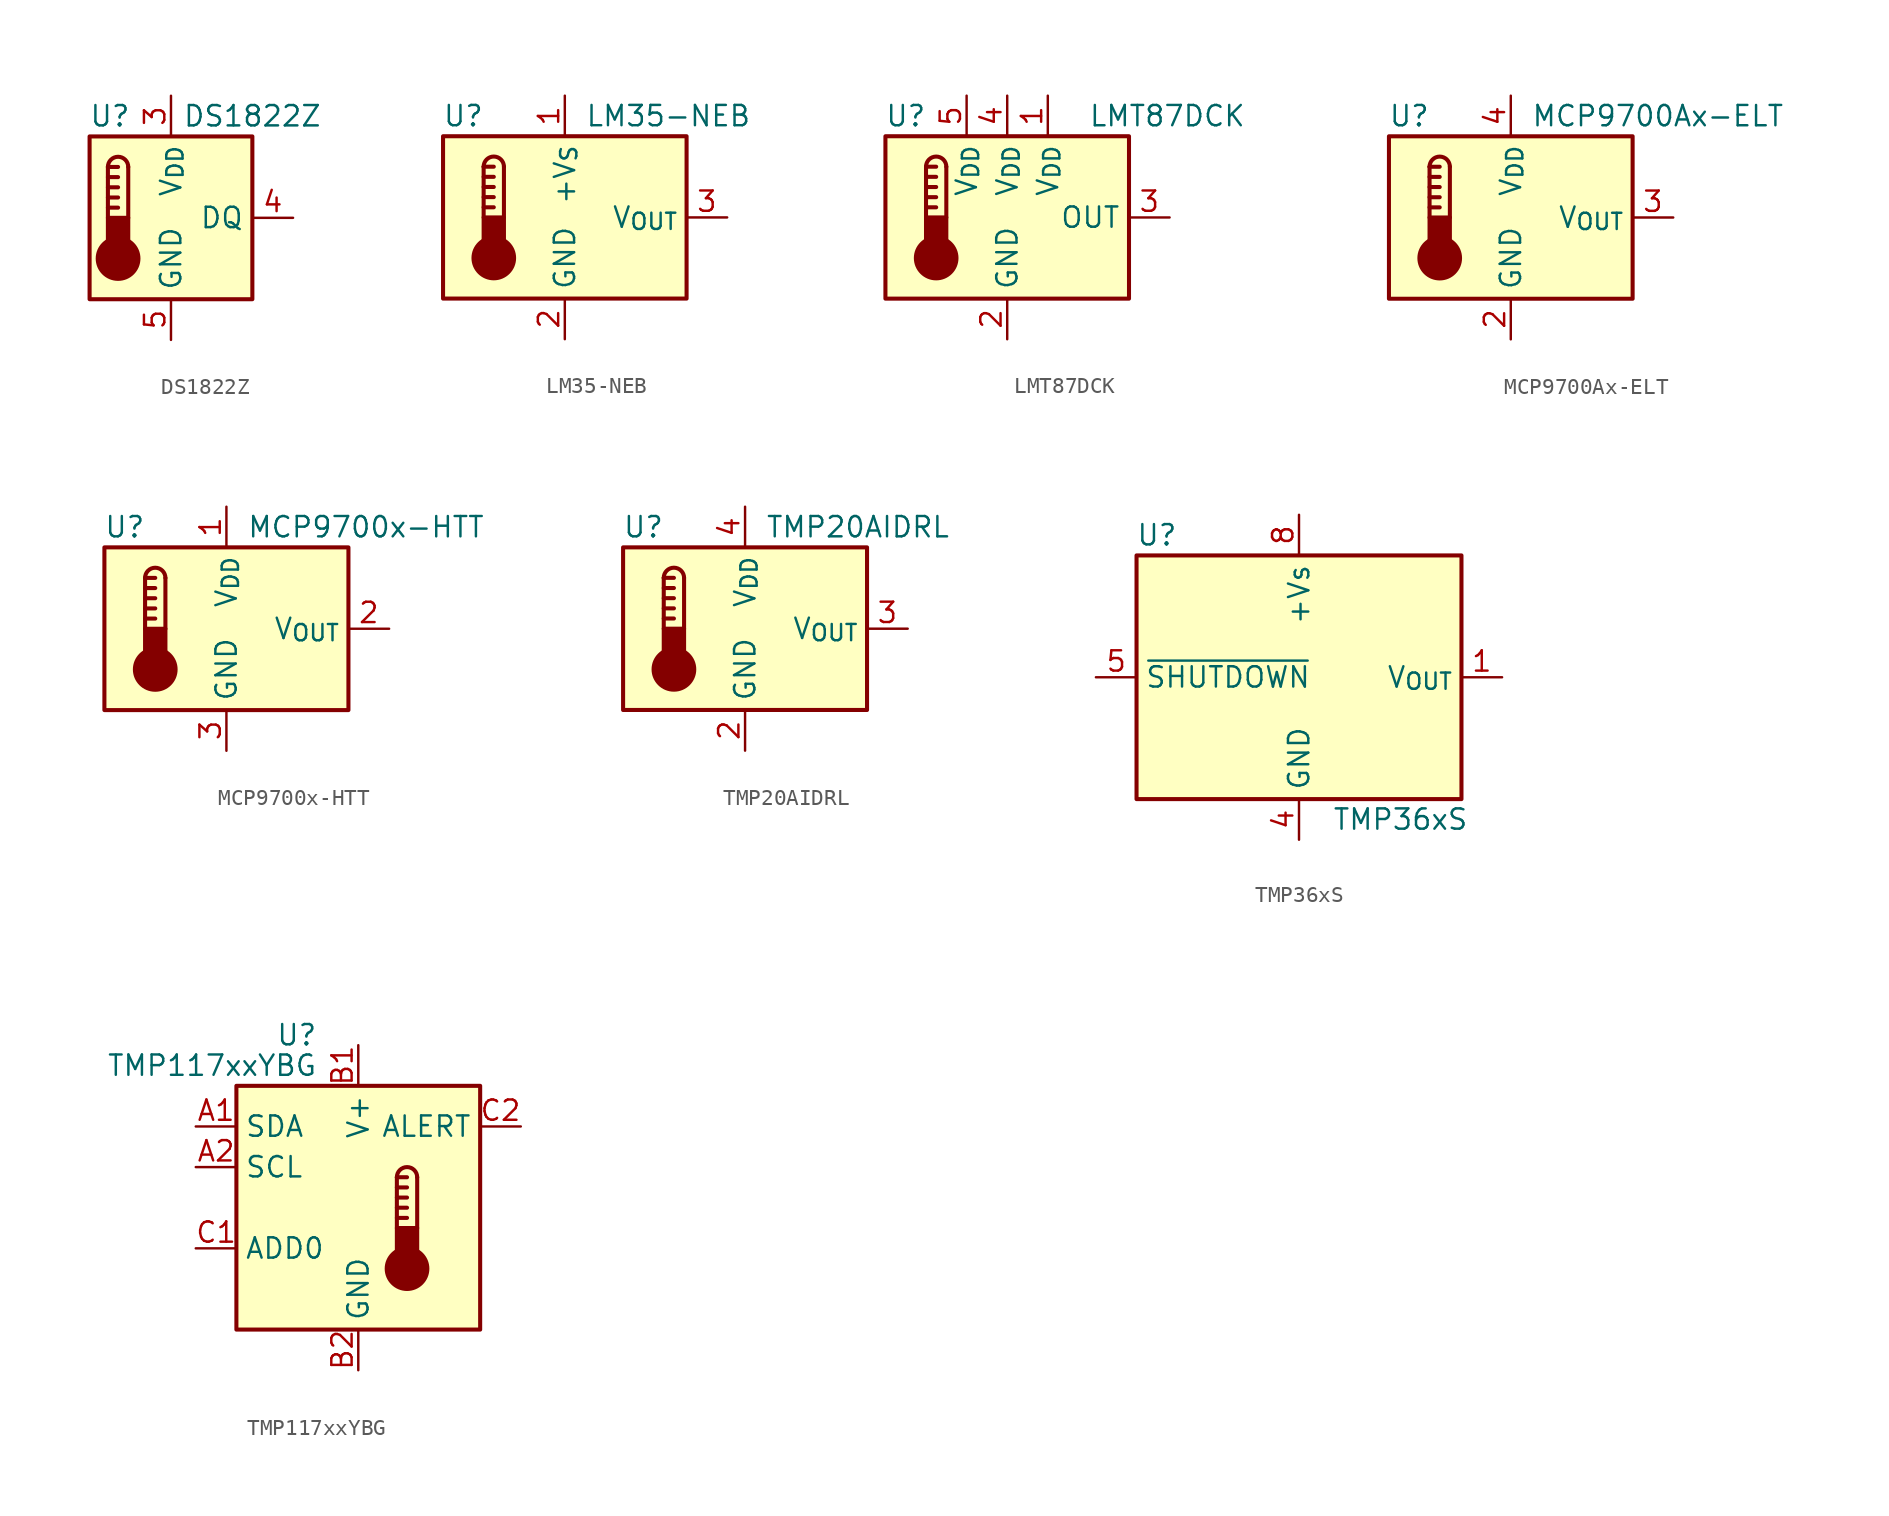
<source format=kicad_sym>
(kicad_symbol_lib
  (version 20220914)
  (generator kicad_symbol_editor)
  (symbol "DS1822Z"
    (property "Reference" "U"
      (at -3.81 6.35 0)
      (effects (font (size 1.27 1.27))))
    (property "Value" "DS1822Z"
      (at 5.08 6.35 0)
      (effects (font (size 1.27 1.27))))
    (symbol "DS1822Z_0_1"
      (rectangle (start -5.08 5.08) (end 5.08 -5.08) (stroke (width 0.254) (type default)) (fill (type background)))
      (circle (center -3.302 -2.54) (radius 1.27) (stroke (width 0.254) (type default)) (fill (type outline)))
      (rectangle (start -2.667 -1.905) (end -3.937 0) (stroke (width 0.254) (type default)) (fill (type outline)))
      (arc (start -2.667 3.175) (mid -3.302 3.8073) (end -3.937 3.175) (stroke (width 0.254) (type default)) (fill (type none)))
      (polyline (pts (xy -3.937 0.635) (xy -3.302 0.635)) (stroke (width 0.254) (type default)) (fill (type none)))
      (polyline (pts (xy -3.937 1.27) (xy -3.302 1.27)) (stroke (width 0.254) (type default)) (fill (type none)))
      (polyline (pts (xy -3.937 1.905) (xy -3.302 1.905)) (stroke (width 0.254) (type default)) (fill (type none)))
      (polyline (pts (xy -3.937 2.54) (xy -3.302 2.54)) (stroke (width 0.254) (type default)) (fill (type none)))
      (polyline (pts (xy -3.937 3.175) (xy -3.937 0)) (stroke (width 0.254) (type default)) (fill (type none)))
      (polyline (pts (xy -3.937 3.175) (xy -3.302 3.175)) (stroke (width 0.254) (type default)) (fill (type none)))
      (polyline (pts (xy -2.667 3.175) (xy -2.667 0)) (stroke (width 0.254) (type default)) (fill (type none))))
    (symbol "DS1822Z_1_1"
      (pin no_connect line (at -5.08 2.54 0) (length 2.54) hide (name "NC" (effects (font (size 1.27 1.27)))) (number "1" (effects (font (size 1.27 1.27)))))
      (pin no_connect line (at -5.08 0 0) (length 2.54) hide (name "NC" (effects (font (size 1.27 1.27)))) (number "2" (effects (font (size 1.27 1.27)))))
      (pin power_in line (at 0 7.62 270) (length 2.54) (name "V_{DD}" (effects (font (size 1.27 1.27)))) (number "3" (effects (font (size 1.27 1.27)))))
      (pin bidirectional line (at 7.62 0 180) (length 2.54) (name "DQ" (effects (font (size 1.27 1.27)))) (number "4" (effects (font (size 1.27 1.27)))))
      (pin power_in line (at 0 -7.62 90) (length 2.54) (name "GND" (effects (font (size 1.27 1.27)))) (number "5" (effects (font (size 1.27 1.27)))))
      (pin no_connect line (at -5.08 -2.54 0) (length 2.54) hide (name "NC" (effects (font (size 1.27 1.27)))) (number "6" (effects (font (size 1.27 1.27)))))
      (pin no_connect line (at 5.08 2.54 180) (length 2.54) hide (name "NC" (effects (font (size 1.27 1.27)))) (number "7" (effects (font (size 1.27 1.27)))))
      (pin no_connect line (at 5.08 -2.54 180) (length 2.54) hide (name "NC" (effects (font (size 1.27 1.27)))) (number "8" (effects (font (size 1.27 1.27)))))))
  (symbol "LM35-NEB"
    (property "Reference" "U"
      (at -6.35 6.35 0)
      (effects (font (size 1.27 1.27))))
    (property "Value" "LM35-NEB"
      (at 1.27 6.35 0)
      (effects (font (size 1.27 1.27)) (justify left)))
    (symbol "LM35-NEB_0_1"
      (rectangle (start -7.62 5.08) (end 7.62 -5.08) (stroke (width 0.254) (type default)) (fill (type background)))
      (circle (center -4.445 -2.54) (radius 1.27) (stroke (width 0.254) (type default)) (fill (type outline)))
      (rectangle (start -3.81 -1.905) (end -5.08 0) (stroke (width 0.254) (type default)) (fill (type outline)))
      (arc (start -3.81 3.175) (mid -4.445 3.8073) (end -5.08 3.175) (stroke (width 0.254) (type default)) (fill (type none)))
      (polyline (pts (xy -5.08 0.635) (xy -4.445 0.635)) (stroke (width 0.254) (type default)) (fill (type none)))
      (polyline (pts (xy -5.08 1.27) (xy -4.445 1.27)) (stroke (width 0.254) (type default)) (fill (type none)))
      (polyline (pts (xy -5.08 1.905) (xy -4.445 1.905)) (stroke (width 0.254) (type default)) (fill (type none)))
      (polyline (pts (xy -5.08 2.54) (xy -4.445 2.54)) (stroke (width 0.254) (type default)) (fill (type none)))
      (polyline (pts (xy -5.08 3.175) (xy -5.08 0)) (stroke (width 0.254) (type default)) (fill (type none)))
      (polyline (pts (xy -5.08 3.175) (xy -4.445 3.175)) (stroke (width 0.254) (type default)) (fill (type none)))
      (polyline (pts (xy -3.81 3.175) (xy -3.81 0)) (stroke (width 0.254) (type default)) (fill (type none))))
    (symbol "LM35-NEB_1_1"
      (pin power_in line (at 0 7.62 270) (length 2.54) (name "+V_{S}" (effects (font (size 1.27 1.27)))) (number "1" (effects (font (size 1.27 1.27)))))
      (pin power_in line (at 0 -7.62 90) (length 2.54) (name "GND" (effects (font (size 1.27 1.27)))) (number "2" (effects (font (size 1.27 1.27)))))
      (pin output line (at 10.16 0 180) (length 2.54) (name "V_{OUT}" (effects (font (size 1.27 1.27)))) (number "3" (effects (font (size 1.27 1.27)))))))
  (symbol "LMT87DCK"
    (property "Reference" "U"
      (at -6.35 6.35 0)
      (effects (font (size 1.27 1.27))))
    (property "Value" "LMT87DCK"
      (at 5.08 6.35 0)
      (effects (font (size 1.27 1.27)) (justify left)))
    (symbol "LMT87DCK_0_1"
      (rectangle (start -7.62 5.08) (end 7.62 -5.08) (stroke (width 0.254) (type default)) (fill (type background)))
      (circle (center -4.445 -2.54) (radius 1.27) (stroke (width 0.254) (type default)) (fill (type outline)))
      (rectangle (start -3.81 -1.905) (end -5.08 0) (stroke (width 0.254) (type default)) (fill (type outline)))
      (arc (start -3.81 3.175) (mid -4.445 3.8073) (end -5.08 3.175) (stroke (width 0.254) (type default)) (fill (type none)))
      (polyline (pts (xy -5.08 0.635) (xy -4.445 0.635)) (stroke (width 0.254) (type default)) (fill (type none)))
      (polyline (pts (xy -5.08 1.27) (xy -4.445 1.27)) (stroke (width 0.254) (type default)) (fill (type none)))
      (polyline (pts (xy -5.08 1.905) (xy -4.445 1.905)) (stroke (width 0.254) (type default)) (fill (type none)))
      (polyline (pts (xy -5.08 2.54) (xy -4.445 2.54)) (stroke (width 0.254) (type default)) (fill (type none)))
      (polyline (pts (xy -5.08 3.175) (xy -5.08 0)) (stroke (width 0.254) (type default)) (fill (type none)))
      (polyline (pts (xy -5.08 3.175) (xy -4.445 3.175)) (stroke (width 0.254) (type default)) (fill (type none)))
      (polyline (pts (xy -3.81 3.175) (xy -3.81 0)) (stroke (width 0.254) (type default)) (fill (type none))))
    (symbol "LMT87DCK_1_1"
      (pin power_in line (at 2.54 7.62 270) (length 2.54) (name "V_{DD}" (effects (font (size 1.27 1.27)))) (number "1" (effects (font (size 1.27 1.27)))))
      (pin power_in line (at 0 -7.62 90) (length 2.54) (name "GND" (effects (font (size 1.27 1.27)))) (number "2" (effects (font (size 1.27 1.27)))))
      (pin output line (at 10.16 0 180) (length 2.54) (name "OUT" (effects (font (size 1.27 1.27)))) (number "3" (effects (font (size 1.27 1.27)))))
      (pin power_in line (at 0 7.62 270) (length 2.54) (name "V_{DD}" (effects (font (size 1.27 1.27)))) (number "4" (effects (font (size 1.27 1.27)))))
      (pin power_in line (at -2.54 7.62 270) (length 2.54) (name "V_{DD}" (effects (font (size 1.27 1.27)))) (number "5" (effects (font (size 1.27 1.27)))))))
  (symbol "MCP9700Ax-ELT"
    (property "Reference" "U"
      (at -6.35 6.35 0)
      (effects (font (size 1.27 1.27))))
    (property "Value" "MCP9700Ax-ELT"
      (at 1.27 6.35 0)
      (effects (font (size 1.27 1.27)) (justify left)))
    (symbol "MCP9700Ax-ELT_0_1"
      (rectangle (start -7.62 5.08) (end 7.62 -5.08) (stroke (width 0.254) (type default)) (fill (type background)))
      (circle (center -4.445 -2.54) (radius 1.27) (stroke (width 0.254) (type default)) (fill (type outline)))
      (rectangle (start -3.81 -1.905) (end -5.08 0) (stroke (width 0.254) (type default)) (fill (type outline)))
      (arc (start -3.81 3.175) (mid -4.445 3.8073) (end -5.08 3.175) (stroke (width 0.254) (type default)) (fill (type none)))
      (polyline (pts (xy -5.08 0.635) (xy -4.445 0.635)) (stroke (width 0.254) (type default)) (fill (type none)))
      (polyline (pts (xy -5.08 1.27) (xy -4.445 1.27)) (stroke (width 0.254) (type default)) (fill (type none)))
      (polyline (pts (xy -5.08 1.905) (xy -4.445 1.905)) (stroke (width 0.254) (type default)) (fill (type none)))
      (polyline (pts (xy -5.08 2.54) (xy -4.445 2.54)) (stroke (width 0.254) (type default)) (fill (type none)))
      (polyline (pts (xy -5.08 3.175) (xy -5.08 0)) (stroke (width 0.254) (type default)) (fill (type none)))
      (polyline (pts (xy -5.08 3.175) (xy -4.445 3.175)) (stroke (width 0.254) (type default)) (fill (type none)))
      (polyline (pts (xy -3.81 3.175) (xy -3.81 0)) (stroke (width 0.254) (type default)) (fill (type none))))
    (symbol "MCP9700Ax-ELT_1_1"
      (pin no_connect line (at 7.62 -2.54 180) (length 2.54) hide (name "NC" (effects (font (size 1.27 1.27)))) (number "1" (effects (font (size 1.27 1.27)))))
      (pin power_in line (at 0 -7.62 90) (length 2.54) (name "GND" (effects (font (size 1.27 1.27)))) (number "2" (effects (font (size 1.27 1.27)))))
      (pin output line (at 10.16 0 180) (length 2.54) (name "V_{OUT}" (effects (font (size 1.27 1.27)))) (number "3" (effects (font (size 1.27 1.27)))))
      (pin power_in line (at 0 7.62 270) (length 2.54) (name "V_{DD}" (effects (font (size 1.27 1.27)))) (number "4" (effects (font (size 1.27 1.27)))))
      (pin no_connect line (at 7.62 2.54 180) (length 2.54) hide (name "NC" (effects (font (size 1.27 1.27)))) (number "5" (effects (font (size 1.27 1.27)))))))
  (symbol "MCP9700x-HTT"
    (property "Reference" "U"
      (at -6.35 6.35 0)
      (effects (font (size 1.27 1.27))))
    (property "Value" "MCP9700x-HTT"
      (at 1.27 6.35 0)
      (effects (font (size 1.27 1.27)) (justify left)))
    (symbol "MCP9700x-HTT_0_1"
      (rectangle (start -7.62 5.08) (end 7.62 -5.08) (stroke (width 0.254) (type default)) (fill (type background)))
      (circle (center -4.445 -2.54) (radius 1.27) (stroke (width 0.254) (type default)) (fill (type outline)))
      (rectangle (start -3.81 -1.905) (end -5.08 0) (stroke (width 0.254) (type default)) (fill (type outline)))
      (arc (start -3.81 3.175) (mid -4.445 3.8073) (end -5.08 3.175) (stroke (width 0.254) (type default)) (fill (type none)))
      (polyline (pts (xy -5.08 0.635) (xy -4.445 0.635)) (stroke (width 0.254) (type default)) (fill (type none)))
      (polyline (pts (xy -5.08 1.27) (xy -4.445 1.27)) (stroke (width 0.254) (type default)) (fill (type none)))
      (polyline (pts (xy -5.08 1.905) (xy -4.445 1.905)) (stroke (width 0.254) (type default)) (fill (type none)))
      (polyline (pts (xy -5.08 2.54) (xy -4.445 2.54)) (stroke (width 0.254) (type default)) (fill (type none)))
      (polyline (pts (xy -5.08 3.175) (xy -5.08 0)) (stroke (width 0.254) (type default)) (fill (type none)))
      (polyline (pts (xy -5.08 3.175) (xy -4.445 3.175)) (stroke (width 0.254) (type default)) (fill (type none)))
      (polyline (pts (xy -3.81 3.175) (xy -3.81 0)) (stroke (width 0.254) (type default)) (fill (type none))))
    (symbol "MCP9700x-HTT_1_1"
      (pin power_in line (at 0 7.62 270) (length 2.54) (name "V_{DD}" (effects (font (size 1.27 1.27)))) (number "1" (effects (font (size 1.27 1.27)))))
      (pin output line (at 10.16 0 180) (length 2.54) (name "V_{OUT}" (effects (font (size 1.27 1.27)))) (number "2" (effects (font (size 1.27 1.27)))))
      (pin power_in line (at 0 -7.62 90) (length 2.54) (name "GND" (effects (font (size 1.27 1.27)))) (number "3" (effects (font (size 1.27 1.27)))))))
  (symbol "TMP20AIDRL"
    (property "Reference" "U"
      (at -6.35 6.35 0)
      (effects (font (size 1.27 1.27))))
    (property "Value" "TMP20AIDRL"
      (at 1.27 6.35 0)
      (effects (font (size 1.27 1.27)) (justify left)))
    (symbol "TMP20AIDRL_0_1"
      (rectangle (start -7.62 5.08) (end 7.62 -5.08) (stroke (width 0.254) (type default)) (fill (type background)))
      (circle (center -4.445 -2.54) (radius 1.27) (stroke (width 0.254) (type default)) (fill (type outline)))
      (rectangle (start -3.81 -1.905) (end -5.08 0) (stroke (width 0.254) (type default)) (fill (type outline)))
      (arc (start -3.81 3.175) (mid -4.445 3.8073) (end -5.08 3.175) (stroke (width 0.254) (type default)) (fill (type none)))
      (polyline (pts (xy -5.08 0.635) (xy -4.445 0.635)) (stroke (width 0.254) (type default)) (fill (type none)))
      (polyline (pts (xy -5.08 1.27) (xy -4.445 1.27)) (stroke (width 0.254) (type default)) (fill (type none)))
      (polyline (pts (xy -5.08 1.905) (xy -4.445 1.905)) (stroke (width 0.254) (type default)) (fill (type none)))
      (polyline (pts (xy -5.08 2.54) (xy -4.445 2.54)) (stroke (width 0.254) (type default)) (fill (type none)))
      (polyline (pts (xy -5.08 3.175) (xy -5.08 0)) (stroke (width 0.254) (type default)) (fill (type none)))
      (polyline (pts (xy -5.08 3.175) (xy -4.445 3.175)) (stroke (width 0.254) (type default)) (fill (type none)))
      (polyline (pts (xy -3.81 3.175) (xy -3.81 0)) (stroke (width 0.254) (type default)) (fill (type none))))
    (symbol "TMP20AIDRL_1_1"
      (pin no_connect line (at 7.62 -2.54 180) (length 2.54) hide (name "NC" (effects (font (size 1.27 1.27)))) (number "1" (effects (font (size 1.27 1.27)))))
      (pin power_in line (at 0 -7.62 90) (length 2.54) (name "GND" (effects (font (size 1.27 1.27)))) (number "2" (effects (font (size 1.27 1.27)))))
      (pin output line (at 10.16 0 180) (length 2.54) (name "V_{OUT}" (effects (font (size 1.27 1.27)))) (number "3" (effects (font (size 1.27 1.27)))))
      (pin power_in line (at 0 7.62 270) (length 2.54) (name "V_{DD}" (effects (font (size 1.27 1.27)))) (number "4" (effects (font (size 1.27 1.27)))))
      (pin no_connect line (at 7.62 2.54 180) (length 2.54) hide (name "NC" (effects (font (size 1.27 1.27)))) (number "5" (effects (font (size 1.27 1.27)))))
      (pin passive line (at 0 -7.62 90) (length 2.54) hide (name "GND" (effects (font (size 1.27 1.27)))) (number "6" (effects (font (size 1.27 1.27)))))))
  (symbol "TMP36xS"
    (property "Reference" "U"
      (at -8.89 8.89 0)
      (effects (font (size 1.27 1.27))))
    (property "Value" "TMP36xS"
      (at 6.35 -8.89 0)
      (effects (font (size 1.27 1.27))))
    (symbol "TMP36xS_0_1"
      (rectangle (start -10.16 7.62) (end 10.16 -7.62) (stroke (width 0.254) (type default)) (fill (type background))))
    (symbol "TMP36xS_1_1"
      (pin output line (at 12.7 0 180) (length 2.54) (name "V_{OUT}" (effects (font (size 1.27 1.27)))) (number "1" (effects (font (size 1.27 1.27)))))
      (pin power_in line (at 0 -10.16 90) (length 2.54) (name "GND" (effects (font (size 1.27 1.27)))) (number "4" (effects (font (size 1.27 1.27)))))
      (pin input line (at -12.7 0 0) (length 2.54) (name "~{SHUTDOWN}" (effects (font (size 1.27 1.27)))) (number "5" (effects (font (size 1.27 1.27)))))
      (pin power_in line (at 0 10.16 270) (length 2.54) (name "+Vs" (effects (font (size 1.27 1.27)))) (number "8" (effects (font (size 1.27 1.27)))))))
  (symbol "TMP117xxYBG"
    (property "Reference" "U"
      (at -2.54 10.795 0)
      (effects (font (size 1.27 1.27)) (justify right)))
    (property "Value" "TMP117xxYBG"
      (at -2.54 8.89 0)
      (effects (font (size 1.27 1.27)) (justify right)))
    (symbol "TMP117xxYBG_0_1"
      (rectangle (start -7.62 7.62) (end 7.62 -7.62) (stroke (width 0.254) (type default)) (fill (type background))))
    (symbol "TMP117xxYBG_1_1"
      (polyline (pts (xy 2.413 -0.635) (xy 3.048 -0.635)) (stroke (width 0.254) (type default)) (fill (type none)))
      (polyline (pts (xy 2.413 0) (xy 3.048 0)) (stroke (width 0.254) (type default)) (fill (type none)))
      (polyline (pts (xy 2.413 0.635) (xy 3.048 0.635)) (stroke (width 0.254) (type default)) (fill (type none)))
      (polyline (pts (xy 2.413 1.27) (xy 3.048 1.27)) (stroke (width 0.254) (type default)) (fill (type none)))
      (polyline (pts (xy 2.413 1.905) (xy 2.413 -1.27)) (stroke (width 0.254) (type default)) (fill (type none)))
      (polyline (pts (xy 2.413 1.905) (xy 3.048 1.905)) (stroke (width 0.254) (type default)) (fill (type none)))
      (polyline (pts (xy 3.683 1.905) (xy 3.683 -1.27)) (stroke (width 0.254) (type default)) (fill (type none)))
      (circle (center 3.048 -3.81) (radius 1.27) (stroke (width 0.254) (type default)) (fill (type outline)))
      (rectangle (start 3.683 -3.175) (end 2.413 -1.27) (stroke (width 0.254) (type default)) (fill (type outline)))
      (arc (start 3.683 1.905) (mid 3.048 2.5373) (end 2.413 1.905) (stroke (width 0.254) (type default)) (fill (type none)))
      (pin bidirectional line (at -10.16 5.08 0) (length 2.54) (name "SDA" (effects (font (size 1.27 1.27)))) (number "A1" (effects (font (size 1.27 1.27)))))
      (pin input line (at -10.16 2.54 0) (length 2.54) (name "SCL" (effects (font (size 1.27 1.27)))) (number "A2" (effects (font (size 1.27 1.27)))))
      (pin power_in line (at 0 10.16 270) (length 2.54) (name "V+" (effects (font (size 1.27 1.27)))) (number "B1" (effects (font (size 1.27 1.27)))))
      (pin power_in line (at 0 -10.16 90) (length 2.54) (name "GND" (effects (font (size 1.27 1.27)))) (number "B2" (effects (font (size 1.27 1.27)))))
      (pin input line (at -10.16 -2.54 0) (length 2.54) (name "ADD0" (effects (font (size 1.27 1.27)))) (number "C1" (effects (font (size 1.27 1.27)))))
      (pin open_collector line (at 10.16 5.08 180) (length 2.54) (name "ALERT" (effects (font (size 1.27 1.27)))) (number "C2" (effects (font (size 1.27 1.27))))))))
</source>
